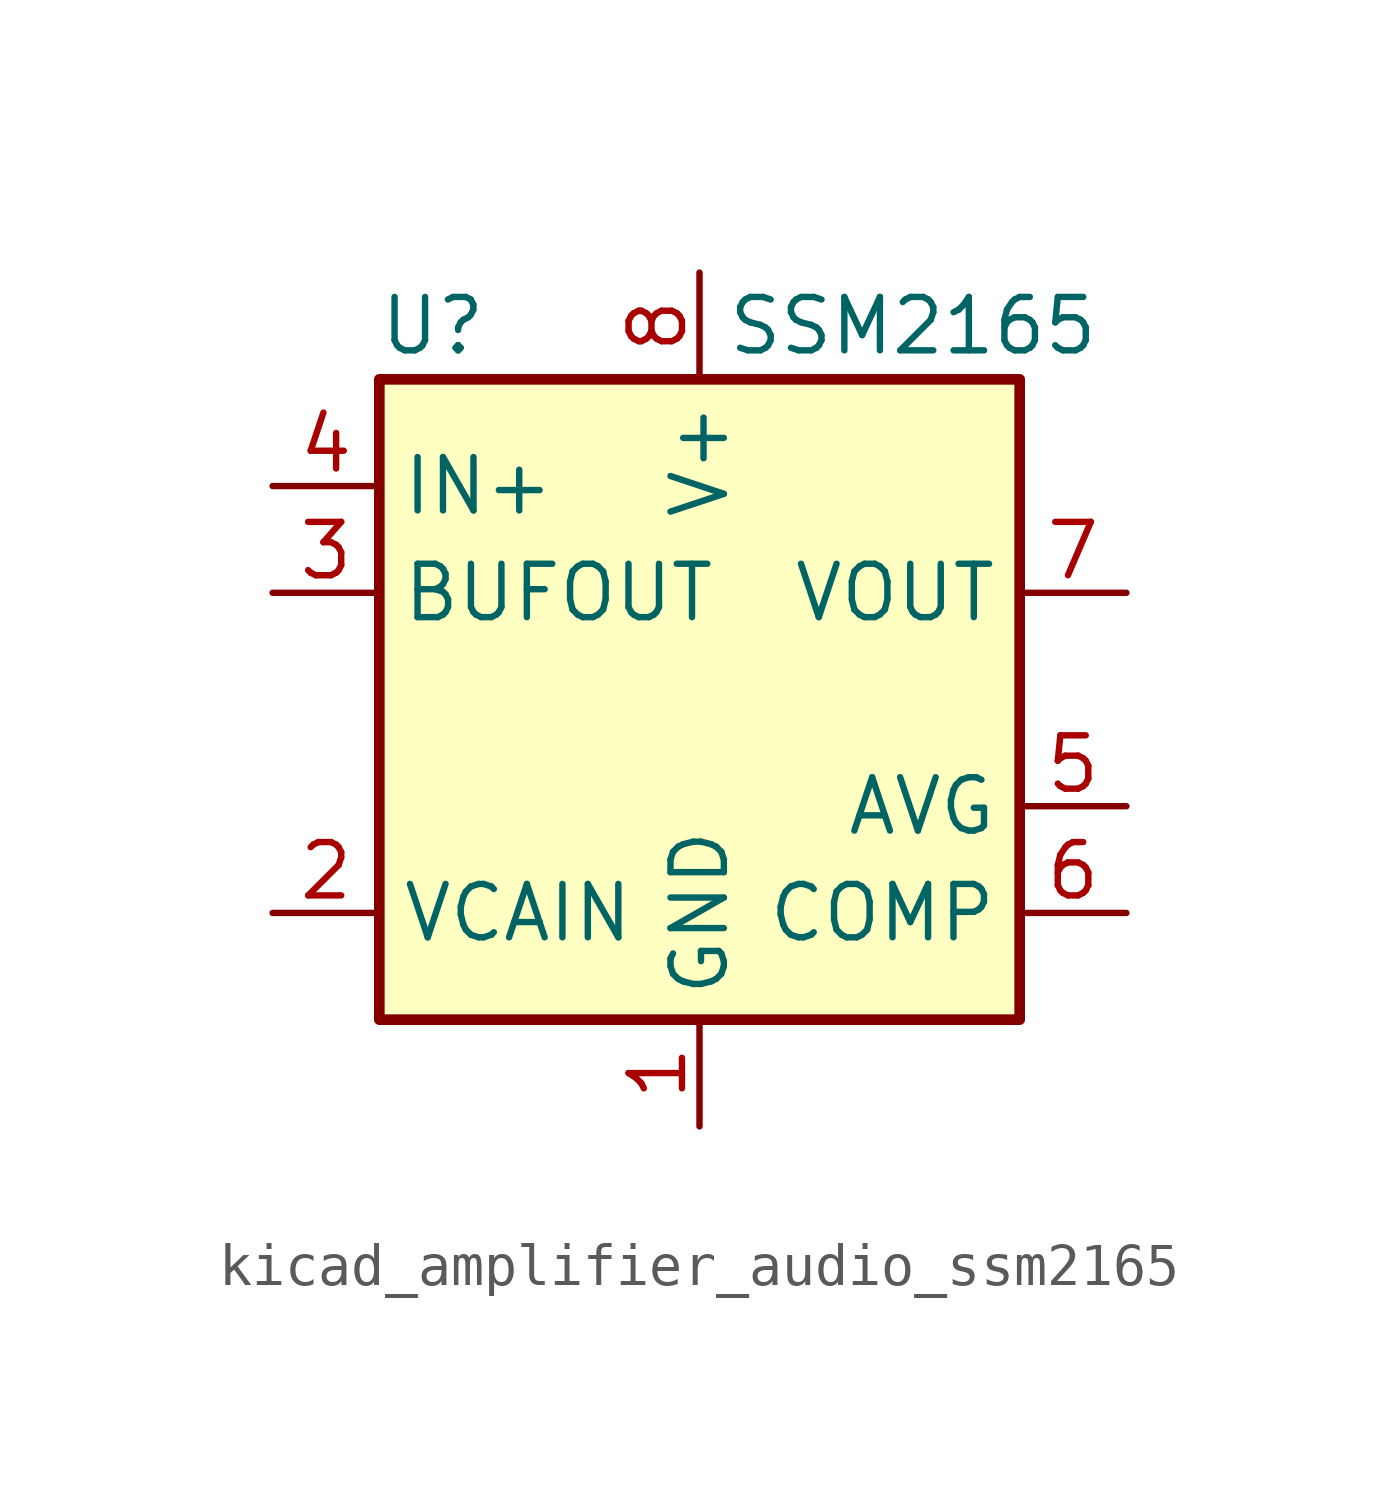
<source format=kicad_sym>
(kicad_symbol_lib
  (version 20220914)
  (generator kicad_symbol_editor)
  (symbol "kicad_amplifier_audio_ssm2165"
    (property "Reference" "U"
      (at -6.35 8.89 0)
      (effects (font (size 1.27 1.27))))
    (property "Value" "SSM2165"
      (at 5.08 8.89 0)
      (effects (font (size 1.27 1.27))))
    (symbol "kicad_amplifier_audio_ssm2165_0_1"
      (rectangle (start -7.62 7.62) (end 7.62 -7.62) (stroke (width 0.254) (type default)) (fill (type background))))
    (symbol "kicad_amplifier_audio_ssm2165_1_1"
      (pin power_in line (at 0 -10.16 90) (length 2.54) (name "GND" (effects (font (size 1.27 1.27)))) (number "1" (effects (font (size 1.27 1.27)))))
      (pin input line (at -10.16 -5.08 0) (length 2.54) (name "VCAIN" (effects (font (size 1.27 1.27)))) (number "2" (effects (font (size 1.27 1.27)))))
      (pin output line (at -10.16 2.54 0) (length 2.54) (name "BUFOUT" (effects (font (size 1.27 1.27)))) (number "3" (effects (font (size 1.27 1.27)))))
      (pin input line (at -10.16 5.08 0) (length 2.54) (name "IN+" (effects (font (size 1.27 1.27)))) (number "4" (effects (font (size 1.27 1.27)))))
      (pin passive line (at 10.16 -2.54 180) (length 2.54) (name "AVG" (effects (font (size 1.27 1.27)))) (number "5" (effects (font (size 1.27 1.27)))))
      (pin passive line (at 10.16 -5.08 180) (length 2.54) (name "COMP" (effects (font (size 1.27 1.27)))) (number "6" (effects (font (size 1.27 1.27)))))
      (pin output line (at 10.16 2.54 180) (length 2.54) (name "VOUT" (effects (font (size 1.27 1.27)))) (number "7" (effects (font (size 1.27 1.27)))))
      (pin power_in line (at 0 10.16 270) (length 2.54) (name "V+" (effects (font (size 1.27 1.27)))) (number "8" (effects (font (size 1.27 1.27))))))))
</source>
